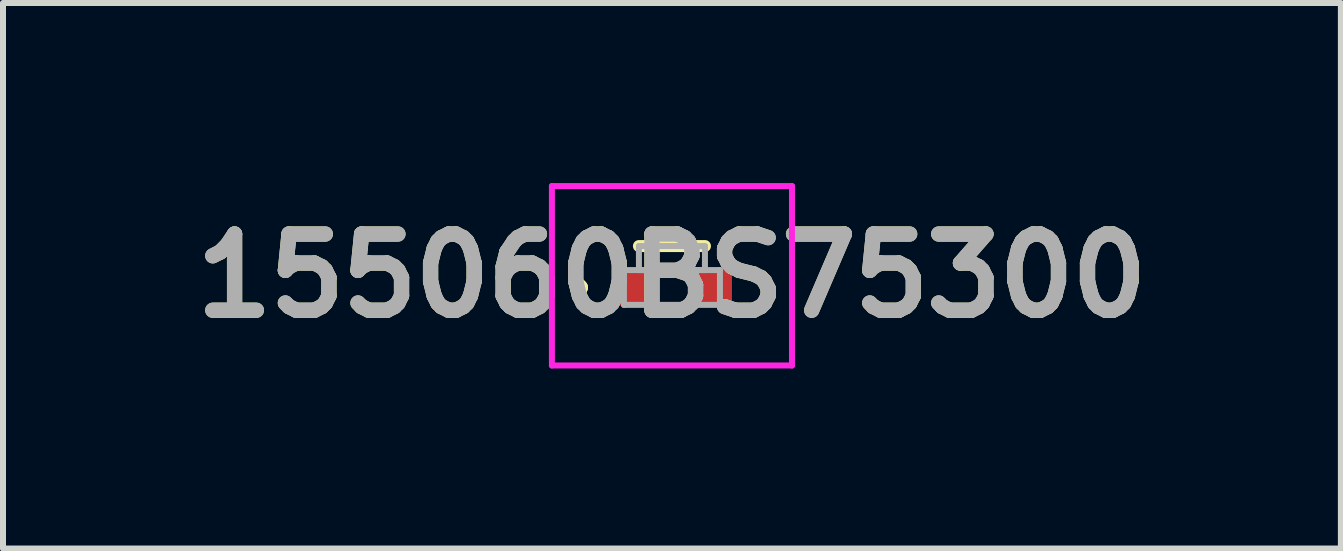
<source format=kicad_pcb>
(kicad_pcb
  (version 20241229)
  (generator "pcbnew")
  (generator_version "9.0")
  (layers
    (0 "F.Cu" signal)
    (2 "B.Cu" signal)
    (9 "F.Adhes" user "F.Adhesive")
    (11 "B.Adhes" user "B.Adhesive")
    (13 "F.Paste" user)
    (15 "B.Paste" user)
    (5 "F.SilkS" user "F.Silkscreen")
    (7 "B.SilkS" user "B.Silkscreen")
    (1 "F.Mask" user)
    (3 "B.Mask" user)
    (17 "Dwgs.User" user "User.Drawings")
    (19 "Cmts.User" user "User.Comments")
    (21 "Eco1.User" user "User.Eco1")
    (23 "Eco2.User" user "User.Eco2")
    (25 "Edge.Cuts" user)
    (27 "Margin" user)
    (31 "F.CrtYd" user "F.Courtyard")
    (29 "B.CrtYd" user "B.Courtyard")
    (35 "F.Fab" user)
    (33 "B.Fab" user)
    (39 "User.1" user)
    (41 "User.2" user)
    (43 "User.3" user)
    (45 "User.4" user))
  (footprint "155060BS75300"
    (layer "F.Cu")
    (at 8.146 1.74)
    (property "Reference" "155060BS75300" (at 0 -0.195 0) (layer "F.SilkS") (effects (font (size 1.27 1.27) (thickness 0.254))))
    (attr smd)
    (fp_line (start -1.6 0) (end -1.6 0) (stroke (width 0.2) (type solid)) (layer "F.SilkS"))
    (fp_line (start -1.6 0) (end -1.5 0) (stroke (width 0.2) (type solid)) (layer "F.SilkS"))
    (fp_line (start -1.5 0) (end -1.5 0) (stroke (width 0.2) (type solid)) (layer "F.SilkS"))
    (fp_line (start -0.55 -0.69) (end 0.55 -0.69) (stroke (width 0.2) (type solid)) (layer "F.SilkS"))
    (fp_arc (start -1.6 0) (mid -1.55 -0.05) (end -1.5 0) (stroke (width 0.2) (type solid)) (layer "F.SilkS"))
    (fp_arc (start -1.5 0) (mid -1.55 0.05) (end -1.6 0) (stroke (width 0.2) (type solid)) (layer "F.SilkS"))
    (fp_line (start -2 -1.69) (end 2 -1.69) (stroke (width 0.1) (type solid)) (layer "F.CrtYd"))
    (fp_line (start -2 1.3) (end -2 -1.69) (stroke (width 0.1) (type solid)) (layer "F.CrtYd"))
    (fp_line (start 2 -1.69) (end 2 1.3) (stroke (width 0.1) (type solid)) (layer "F.CrtYd"))
    (fp_line (start 2 1.3) (end -2 1.3) (stroke (width 0.1) (type solid)) (layer "F.CrtYd"))
    (fp_line (start -0.8 -0.29) (end -0.8 0.29) (stroke (width 0.1) (type solid)) (layer "F.Fab"))
    (fp_line (start -0.8 0.29) (end 0.8 0.29) (stroke (width 0.1) (type solid)) (layer "F.Fab"))
    (fp_line (start -0.55 -0.69) (end 0.55 -0.69) (stroke (width 0.1) (type solid)) (layer "F.Fab"))
    (fp_line (start -0.55 -0.29) (end -0.55 -0.69) (stroke (width 0.1) (type solid)) (layer "F.Fab"))
    (fp_line (start 0.55 -0.69) (end 0.55 -0.29) (stroke (width 0.1) (type solid)) (layer "F.Fab"))
    (fp_line (start 0.55 -0.29) (end -0.55 -0.29) (stroke (width 0.1) (type solid)) (layer "F.Fab"))
    (fp_line (start 0.8 -0.29) (end -0.8 -0.29) (stroke (width 0.1) (type solid)) (layer "F.Fab"))
    (fp_line (start 0.8 0.29) (end 0.8 -0.29) (stroke (width 0.1) (type solid)) (layer "F.Fab"))
    (fp_text user "${REFERENCE}" (at 0 -0.195 0) (layer "F.Fab") (effects (font (size 1.27 1.27) (thickness 0.254))))
    (pad "1" smd rect (at -0.7 0 90) (size 0.6 0.6) (layers "F.Cu" "F.Mask" "F.Paste"))
    (pad "2" smd rect (at 0.7 0 90) (size 0.6 0.6) (layers "F.Cu" "F.Mask" "F.Paste")))
  (gr_rect
    (start -3 -3)
    (end 19.292 6.09)
    (stroke (width 0.1) (type default))
    (fill no)
    (layer "Edge.Cuts")))
</source>
